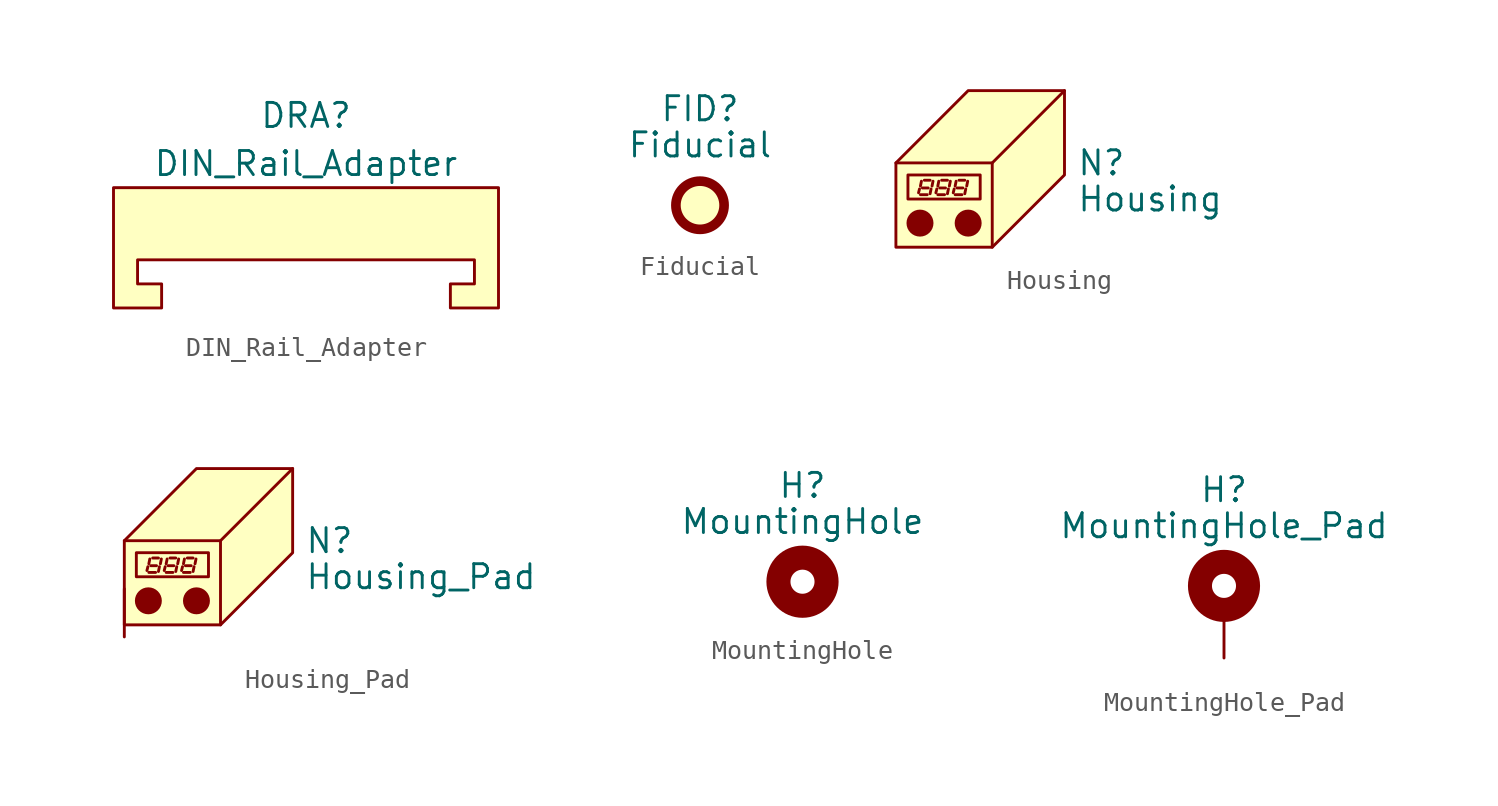
<source format=kicad_sym>
(kicad_symbol_lib
  (version 20201005)
  (generator kicad_symbol_editor)
  (symbol "Mechanical:DIN_Rail_Adapter"
    (property "Reference" "DRA"
      (at 0 6.35 0)
      (effects (font (size 1.27 1.27))))
    (property "Value" "DIN_Rail_Adapter"
      (at 0 3.81 0)
      (effects (font (size 1.27 1.27))))
    (symbol "DIN_Rail_Adapter_0_1"
      (polyline (pts (xy 10.16 2.54) (xy -10.16 2.54) (xy -10.16 -3.81) (xy -7.62 -3.81) (xy -7.62 -2.54) (xy -8.89 -2.54) (xy -8.89 -1.27) (xy 8.89 -1.27) (xy 8.89 -2.54) (xy 7.62 -2.54) (xy 7.62 -3.81) (xy 10.16 -3.81) (xy 10.16 2.54) (xy -10.16 2.54)) (stroke (width 0)) (fill (type background)))))
  (symbol "Mechanical:Fiducial"
    (property "Reference" "FID"
      (at 0 5.08 0)
      (effects (font (size 1.27 1.27))))
    (property "Value" "Fiducial"
      (at 0 3.175 0)
      (effects (font (size 1.27 1.27))))
    (symbol "Fiducial_0_1"
      (circle (center 0 0) (radius 1.27) (stroke (width 0.508)) (fill (type background)))))
  (symbol "Mechanical:Housing"
    (pin_names
      (offset 1.016))
    (property "Reference" "N"
      (at 3.81 0 0)
      (effects (font (size 1.27 1.27)) (justify left)))
    (property "Value" "Housing"
      (at 3.81 -1.905 0)
      (effects (font (size 1.27 1.27)) (justify left)))
    (symbol "Housing_0_1"
      (circle (center -4.445 -3.175) (radius 0.635) (stroke (width 0)) (fill (type outline)))
      (circle (center -1.905 -3.175) (radius 0.635) (stroke (width 0)) (fill (type outline)))
      (rectangle (start -5.08 -0.635) (end -1.27 -1.905) (stroke (width 0)) (fill (type none)))
      (polyline (pts (xy -4.521 -1.575) (xy -4.47 -1.372)) (stroke (width 0)) (fill (type none)))
      (polyline (pts (xy -4.42 -1.676) (xy -4.064 -1.676)) (stroke (width 0)) (fill (type none)))
      (polyline (pts (xy -4.42 -1.219) (xy -4.369 -0.965)) (stroke (width 0)) (fill (type none)))
      (polyline (pts (xy -4.318 -1.321) (xy -4.013 -1.321)) (stroke (width 0)) (fill (type none)))
      (polyline (pts (xy -4.216 -0.914) (xy -3.912 -0.914)) (stroke (width 0)) (fill (type none)))
      (polyline (pts (xy -3.912 -1.626) (xy -3.861 -1.372)) (stroke (width 0)) (fill (type none)))
      (polyline (pts (xy -3.81 -1.219) (xy -3.759 -0.965)) (stroke (width 0)) (fill (type none)))
      (polyline (pts (xy -3.607 -1.575) (xy -3.556 -1.372)) (stroke (width 0)) (fill (type none)))
      (polyline (pts (xy -3.505 -1.676) (xy -3.15 -1.676)) (stroke (width 0)) (fill (type none)))
      (polyline (pts (xy -3.505 -1.219) (xy -3.454 -0.965)) (stroke (width 0)) (fill (type none)))
      (polyline (pts (xy -3.404 -1.321) (xy -3.099 -1.321)) (stroke (width 0)) (fill (type none)))
      (polyline (pts (xy -3.302 -0.914) (xy -2.997 -0.914)) (stroke (width 0)) (fill (type none)))
      (polyline (pts (xy -2.997 -1.626) (xy -2.946 -1.372)) (stroke (width 0)) (fill (type none)))
      (polyline (pts (xy -2.896 -1.219) (xy -2.845 -0.965)) (stroke (width 0)) (fill (type none)))
      (polyline (pts (xy -2.692 -1.575) (xy -2.642 -1.372)) (stroke (width 0)) (fill (type none)))
      (polyline (pts (xy -2.591 -1.676) (xy -2.235 -1.676)) (stroke (width 0)) (fill (type none)))
      (polyline (pts (xy -2.591 -1.219) (xy -2.54 -0.965)) (stroke (width 0)) (fill (type none)))
      (polyline (pts (xy -2.489 -1.321) (xy -2.184 -1.321)) (stroke (width 0)) (fill (type none)))
      (polyline (pts (xy -2.388 -0.914) (xy -2.083 -0.914)) (stroke (width 0)) (fill (type none)))
      (polyline (pts (xy -2.083 -1.626) (xy -2.032 -1.372)) (stroke (width 0)) (fill (type none)))
      (polyline (pts (xy -1.981 -1.219) (xy -1.93 -0.965)) (stroke (width 0)) (fill (type none)))
      (polyline (pts (xy -0.635 0) (xy -0.635 -4.445)) (stroke (width 0)) (fill (type none)))
      (polyline (pts (xy -5.715 0) (xy -0.635 0) (xy 3.175 3.81)) (stroke (width 0)) (fill (type none)))
      (polyline (pts (xy -5.715 0) (xy -5.715 -4.445) (xy -0.635 -4.445) (xy 3.175 -0.635) (xy 3.175 3.81) (xy -1.905 3.81) (xy -5.715 0)) (stroke (width 0)) (fill (type background)))))
  (symbol "Mechanical:Housing_Pad"
    (pin_numbers hide)
    (pin_names
      (offset 1.016) hide)
    (property "Reference" "N"
      (at 4.445 0 0)
      (effects (font (size 1.27 1.27)) (justify left)))
    (property "Value" "Housing_Pad"
      (at 4.445 -1.905 0)
      (effects (font (size 1.27 1.27)) (justify left)))
    (symbol "Housing_Pad_0_1"
      (circle (center -3.81 -3.175) (radius 0.635) (stroke (width 0)) (fill (type outline)))
      (circle (center -1.27 -3.175) (radius 0.635) (stroke (width 0)) (fill (type outline)))
      (rectangle (start -4.445 -0.635) (end -0.635 -1.905) (stroke (width 0)) (fill (type none)))
      (polyline (pts (xy -3.886 -1.575) (xy -3.835 -1.372)) (stroke (width 0)) (fill (type none)))
      (polyline (pts (xy -3.785 -1.676) (xy -3.429 -1.676)) (stroke (width 0)) (fill (type none)))
      (polyline (pts (xy -3.785 -1.219) (xy -3.734 -0.965)) (stroke (width 0)) (fill (type none)))
      (polyline (pts (xy -3.683 -1.321) (xy -3.378 -1.321)) (stroke (width 0)) (fill (type none)))
      (polyline (pts (xy -3.581 -0.914) (xy -3.277 -0.914)) (stroke (width 0)) (fill (type none)))
      (polyline (pts (xy -3.277 -1.626) (xy -3.226 -1.372)) (stroke (width 0)) (fill (type none)))
      (polyline (pts (xy -3.175 -1.219) (xy -3.124 -0.965)) (stroke (width 0)) (fill (type none)))
      (polyline (pts (xy -2.972 -1.575) (xy -2.921 -1.372)) (stroke (width 0)) (fill (type none)))
      (polyline (pts (xy -2.87 -1.676) (xy -2.515 -1.676)) (stroke (width 0)) (fill (type none)))
      (polyline (pts (xy -2.87 -1.219) (xy -2.819 -0.965)) (stroke (width 0)) (fill (type none)))
      (polyline (pts (xy -2.769 -1.321) (xy -2.464 -1.321)) (stroke (width 0)) (fill (type none)))
      (polyline (pts (xy -2.667 -0.914) (xy -2.362 -0.914)) (stroke (width 0)) (fill (type none)))
      (polyline (pts (xy -2.362 -1.626) (xy -2.311 -1.372)) (stroke (width 0)) (fill (type none)))
      (polyline (pts (xy -2.261 -1.219) (xy -2.21 -0.965)) (stroke (width 0)) (fill (type none)))
      (polyline (pts (xy -2.057 -1.575) (xy -2.007 -1.372)) (stroke (width 0)) (fill (type none)))
      (polyline (pts (xy -1.956 -1.676) (xy -1.6 -1.676)) (stroke (width 0)) (fill (type none)))
      (polyline (pts (xy -1.956 -1.219) (xy -1.905 -0.965)) (stroke (width 0)) (fill (type none)))
      (polyline (pts (xy -1.854 -1.321) (xy -1.549 -1.321)) (stroke (width 0)) (fill (type none)))
      (polyline (pts (xy -1.753 -0.914) (xy -1.448 -0.914)) (stroke (width 0)) (fill (type none)))
      (polyline (pts (xy -1.448 -1.626) (xy -1.397 -1.372)) (stroke (width 0)) (fill (type none)))
      (polyline (pts (xy -1.346 -1.219) (xy -1.295 -0.965)) (stroke (width 0)) (fill (type none)))
      (polyline (pts (xy 0 0) (xy 0 -4.445)) (stroke (width 0)) (fill (type none)))
      (polyline (pts (xy -5.08 0) (xy 0 0) (xy 3.81 3.81)) (stroke (width 0)) (fill (type none)))
      (polyline (pts (xy -5.08 0) (xy -5.08 -4.445) (xy 0 -4.445) (xy 3.81 -0.635) (xy 3.81 3.81) (xy -1.27 3.81) (xy -5.08 0)) (stroke (width 0)) (fill (type background))))
    (symbol "Housing_Pad_1_1"
      (pin input line (at -5.08 -5.08 90) (length 2.54) (name "PAD" (effects (font (size 1.27 1.27)))) (number "1" (effects (font (size 1.27 1.27)))))))
  (symbol "Mechanical:MountingHole"
    (pin_names
      (offset 1.016))
    (property "Reference" "H"
      (at 0 5.08 0)
      (effects (font (size 1.27 1.27))))
    (property "Value" "MountingHole"
      (at 0 3.175 0)
      (effects (font (size 1.27 1.27))))
    (symbol "MountingHole_0_1"
      (circle (center 0 0) (radius 1.27) (stroke (width 1.27)) (fill (type none)))))
  (symbol "Mechanical:MountingHole_Pad"
    (pin_numbers hide)
    (pin_names
      (offset 1.016) hide)
    (property "Reference" "H"
      (at 0 6.35 0)
      (effects (font (size 1.27 1.27))))
    (property "Value" "MountingHole_Pad"
      (at 0 4.445 0)
      (effects (font (size 1.27 1.27))))
    (symbol "MountingHole_Pad_0_1"
      (circle (center 0 1.27) (radius 1.27) (stroke (width 1.27)) (fill (type none))))
    (symbol "MountingHole_Pad_1_1"
      (pin input line (at 0 -2.54 90) (length 2.54) (name "1" (effects (font (size 1.27 1.27)))) (number "1" (effects (font (size 1.27 1.27))))))))
</source>
